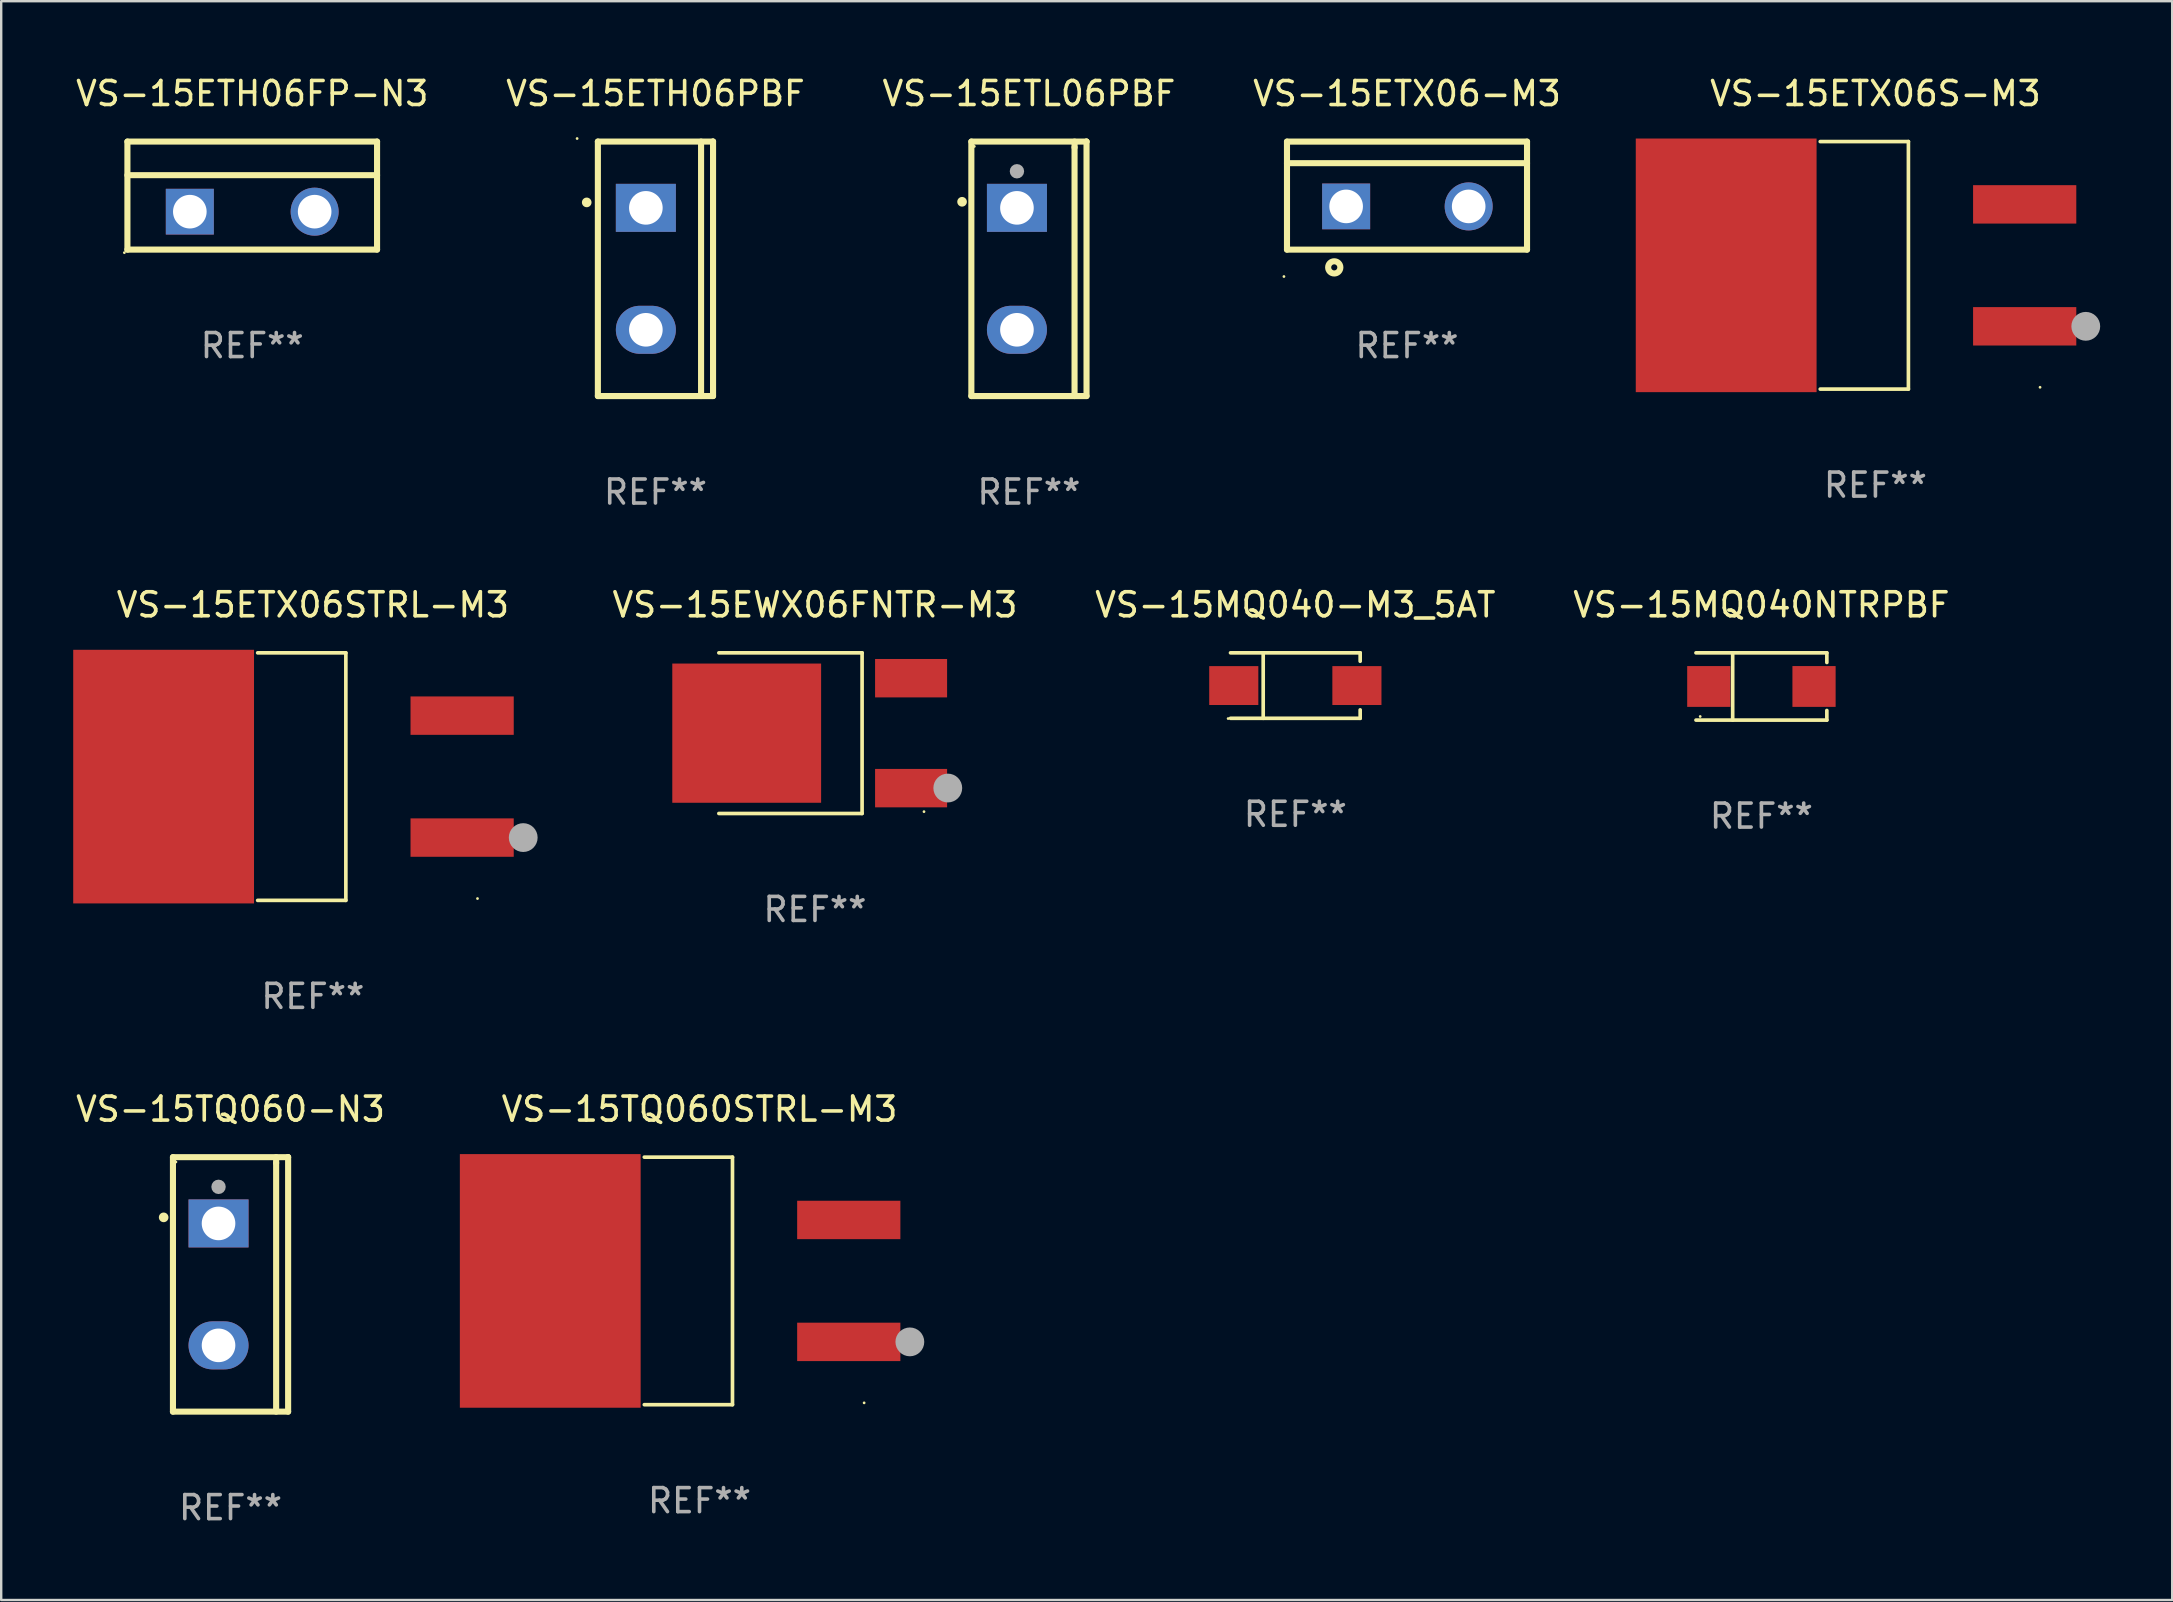
<source format=kicad_pcb>
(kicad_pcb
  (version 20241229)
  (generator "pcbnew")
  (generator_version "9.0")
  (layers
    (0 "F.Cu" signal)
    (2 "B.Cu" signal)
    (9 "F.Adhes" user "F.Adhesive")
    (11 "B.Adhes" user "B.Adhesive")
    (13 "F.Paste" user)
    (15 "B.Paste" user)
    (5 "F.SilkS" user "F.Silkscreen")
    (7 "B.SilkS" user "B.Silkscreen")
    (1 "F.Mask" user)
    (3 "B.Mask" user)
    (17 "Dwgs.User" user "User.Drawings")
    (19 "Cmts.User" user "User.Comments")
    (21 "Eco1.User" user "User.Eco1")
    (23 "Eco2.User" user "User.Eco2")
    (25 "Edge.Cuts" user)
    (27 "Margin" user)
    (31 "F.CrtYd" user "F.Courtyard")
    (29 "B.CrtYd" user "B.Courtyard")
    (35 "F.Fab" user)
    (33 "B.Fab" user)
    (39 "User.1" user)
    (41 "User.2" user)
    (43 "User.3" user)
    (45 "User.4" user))
  (footprint "VS-15ETL06PBF"
    (layer "F.Cu")
    (at 39.815 8.149)
    (property "Reference" "VS-15ETL06PBF" (at 0 -7.301 0) (layer "F.SilkS") (effects (font (size 1 1) (thickness 0.15))))
    (attr through_hole)
    (fp_line (start -2.399 -5.301) (end 2.394 -5.301) (stroke (width 0.254) (type solid)) (layer "F.SilkS"))
    (fp_line (start -2.399 5.301) (end -2.399 -5.301) (stroke (width 0.254) (type solid)) (layer "F.SilkS"))
    (fp_line (start 1.9 -5.061) (end 1.9 -5.3) (stroke (width 0.254) (type solid)) (layer "F.SilkS"))
    (fp_line (start 1.9 5.3) (end 1.9 -5.061) (stroke (width 0.254) (type solid)) (layer "F.SilkS"))
    (fp_line (start 2.394 -5.301) (end 2.399 -5.301) (stroke (width 0.254) (type solid)) (layer "F.SilkS"))
    (fp_line (start 2.399 -5.301) (end 2.399 5.301) (stroke (width 0.254) (type solid)) (layer "F.SilkS"))
    (fp_line (start 2.399 5.301) (end -2.399 5.301) (stroke (width 0.254) (type solid)) (layer "F.SilkS"))
    (fp_arc (start -2.786043 -2.791466) (mid -2.786047 -2.792736) (end -2.786043 -2.794006) (stroke (width 0.4) (type solid)) (layer "F.SilkS"))
    (fp_circle (center -2.275 -5.1) (end -2.245 -5.1) (stroke (width 0.06) (type solid)) (fill no) (layer "F.SilkS"))
    (fp_circle (center -0.5 -4.064) (end -0.35 -4.064) (stroke (width 0.3) (type solid)) (fill no) (layer "F.Fab"))
    (fp_text user "REF**" (at 0 9.301 0) (layer "F.Fab") (effects (font (size 1 1) (thickness 0.15))))
    (pad "1" thru_hole rect (at -0.5 -2.54 270) (size 2 2.5) (drill 1.4) (layers "*.Cu" "*.Mask"))
    (pad "3" thru_hole oval (at -0.5 2.54 270) (size 2 2.5) (drill 1.4) (layers "*.Cu" "*.Mask")))
  (footprint "VS-15EWX06FNTR-M3"
    (layer "F.Cu")
    (at 30.901 27.493)
    (property "Reference" "VS-15EWX06FNTR-M3" (at 0 -5.346 0) (layer "F.SilkS") (effects (font (size 1 1) (thickness 0.15))))
    (attr through_hole)
    (fp_line (start -4.004 -3.346) (end 1.963 -3.346) (stroke (width 0.152) (type solid)) (layer "F.SilkS"))
    (fp_line (start -4.004 3.346) (end 1.963 3.346) (stroke (width 0.152) (type solid)) (layer "F.SilkS"))
    (fp_line (start 1.963 3.346) (end 1.963 -3.346) (stroke (width 0.152) (type solid)) (layer "F.SilkS"))
    (fp_circle (center 4.542 3.27) (end 4.572 3.27) (stroke (width 0.06) (type solid)) (fill no) (layer "F.SilkS"))
    (fp_circle (center 5.533 2.286) (end 5.833 2.286) (stroke (width 0.6) (type solid)) (fill no) (layer "F.Fab"))
    (fp_text user "REF**" (at 0 7.346 0) (layer "F.Fab") (effects (font (size 1 1) (thickness 0.15))))
    (pad "1" smd rect (at 4.004 2.29) (size 3 1.6) (layers "F.Cu" "F.Mask" "F.Paste"))
    (pad "2" smd rect (at -2.844 0) (size 6.2 5.8) (layers "F.Cu" "F.Mask" "F.Paste"))
    (pad "3" smd rect (at 4.004 -2.29) (size 3 1.6) (layers "F.Cu" "F.Mask" "F.Paste")))
  (footprint "VS-15ETH06FP-N3"
    (layer "F.Cu")
    (at 7.458 5.098)
    (property "Reference" "VS-15ETH06FP-N3" (at 0 -4.25 0) (layer "F.SilkS") (effects (font (size 1 1) (thickness 0.15))))
    (attr through_hole)
    (fp_line (start -5.2 -2.25) (end 5.2 -2.25) (stroke (width 0.254) (type solid)) (layer "F.SilkS"))
    (fp_line (start -5.2 -0.85) (end 5.2 -0.85) (stroke (width 0.254) (type solid)) (layer "F.SilkS"))
    (fp_line (start -5.2 2.25) (end -5.2 -2.25) (stroke (width 0.254) (type solid)) (layer "F.SilkS"))
    (fp_line (start -5.2 2.25) (end 5.2 2.25) (stroke (width 0.254) (type solid)) (layer "F.SilkS"))
    (fp_line (start 5.2 2.25) (end 5.2 -2.25) (stroke (width 0.254) (type solid)) (layer "F.SilkS"))
    (fp_circle (center -5.327 2.377) (end -5.297 2.377) (stroke (width 0.06) (type solid)) (fill no) (layer "F.SilkS"))
    (fp_text user "REF**" (at 0 6.25 0) (layer "F.Fab") (effects (font (size 1 1) (thickness 0.15))))
    (pad "1" thru_hole rect (at -2.6 0.67 90) (size 1.905 2) (drill 1.4) (layers "*.Cu" "*.Mask"))
    (pad "3" thru_hole circle (at 2.6 0.67) (size 2 2) (drill 1.4) (layers "*.Cu" "*.Mask")))
  (footprint "VS-15TQ060-N3"
    (layer "F.Cu")
    (at 6.554 50.457)
    (property "Reference" "VS-15TQ060-N3" (at 0 -7.301 0) (layer "F.SilkS") (effects (font (size 1 1) (thickness 0.15))))
    (attr through_hole)
    (fp_line (start -2.399 -5.301) (end 2.394 -5.301) (stroke (width 0.254) (type solid)) (layer "F.SilkS"))
    (fp_line (start -2.399 5.301) (end -2.399 -5.301) (stroke (width 0.254) (type solid)) (layer "F.SilkS"))
    (fp_line (start 1.9 -5.061) (end 1.9 -5.3) (stroke (width 0.254) (type solid)) (layer "F.SilkS"))
    (fp_line (start 1.9 5.3) (end 1.9 -5.061) (stroke (width 0.254) (type solid)) (layer "F.SilkS"))
    (fp_line (start 2.394 -5.301) (end 2.399 -5.301) (stroke (width 0.254) (type solid)) (layer "F.SilkS"))
    (fp_line (start 2.399 -5.301) (end 2.399 5.301) (stroke (width 0.254) (type solid)) (layer "F.SilkS"))
    (fp_line (start 2.399 5.301) (end -2.399 5.301) (stroke (width 0.254) (type solid)) (layer "F.SilkS"))
    (fp_arc (start -2.786043 -2.791466) (mid -2.786047 -2.792736) (end -2.786043 -2.794006) (stroke (width 0.4) (type solid)) (layer "F.SilkS"))
    (fp_circle (center -2.275 -5.1) (end -2.245 -5.1) (stroke (width 0.06) (type solid)) (fill no) (layer "F.SilkS"))
    (fp_circle (center -0.5 -4.064) (end -0.35 -4.064) (stroke (width 0.3) (type solid)) (fill no) (layer "F.Fab"))
    (fp_text user "REF**" (at 0 9.301 0) (layer "F.Fab") (effects (font (size 1 1) (thickness 0.15))))
    (pad "1" thru_hole rect (at -0.5 -2.54 270) (size 2 2.5) (drill 1.4) (layers "*.Cu" "*.Mask"))
    (pad "3" thru_hole oval (at -0.5 2.54 270) (size 2 2.5) (drill 1.4) (layers "*.Cu" "*.Mask")))
  (footprint "VS-15MQ040NTRPBF"
    (layer "F.Cu")
    (at 70.329 25.548)
    (property "Reference" "VS-15MQ040NTRPBF" (at 0 -3.401 0) (layer "F.SilkS") (effects (font (size 1 1) (thickness 0.15))))
    (attr through_hole)
    (fp_line (start -2.726 -1.401) (end 2.726 -1.401) (stroke (width 0.152) (type solid)) (layer "F.SilkS"))
    (fp_line (start -2.726 1.401) (end 2.726 1.401) (stroke (width 0.152) (type solid)) (layer "F.SilkS"))
    (fp_line (start -1.197 -1.401) (end -1.197 1.401) (stroke (width 0.152) (type solid)) (layer "F.SilkS"))
    (fp_line (start 2.726 -1.401) (end 2.726 -1) (stroke (width 0.152) (type solid)) (layer "F.SilkS"))
    (fp_line (start 2.726 1.401) (end 2.726 1) (stroke (width 0.152) (type solid)) (layer "F.SilkS"))
    (fp_circle (center -2.55 1.25) (end -2.52 1.25) (stroke (width 0.06) (type solid)) (fill no) (layer "F.SilkS"))
    (fp_text user "REF**" (at 0 5.401 0) (layer "F.Fab") (effects (font (size 1 1) (thickness 0.15))))
    (pad "1" smd rect (at -2.192 0) (size 1.8 1.7) (layers "F.Cu" "F.Mask" "F.Paste"))
    (pad "2" smd rect (at 2.192 0) (size 1.8 1.7) (layers "F.Cu" "F.Mask" "F.Paste")))
  (footprint "VS-15ETX06-M3"
    (layer "F.Cu")
    (at 55.565 5.099)
    (property "Reference" "VS-15ETX06-M3" (at 0 -4.25 0) (layer "F.SilkS") (effects (font (size 1 1) (thickness 0.15))))
    (attr through_hole)
    (fp_line (start -5 -2.25) (end 5 -2.25) (stroke (width 0.254) (type solid)) (layer "F.SilkS"))
    (fp_line (start -5 -1.351) (end 5 -1.351) (stroke (width 0.254) (type solid)) (layer "F.SilkS"))
    (fp_line (start -5 2.25) (end -5 -2.25) (stroke (width 0.254) (type solid)) (layer "F.SilkS"))
    (fp_line (start -5 2.25) (end 5 2.25) (stroke (width 0.254) (type solid)) (layer "F.SilkS"))
    (fp_line (start 5 2.25) (end 5 -2.25) (stroke (width 0.254) (type solid)) (layer "F.SilkS"))
    (fp_circle (center -5.127 3.371) (end -5.097 3.371) (stroke (width 0.06) (type solid)) (fill no) (layer "F.SilkS"))
    (fp_circle (center -3.031 2.99) (end -2.777 2.99) (stroke (width 0.254) (type solid)) (fill no) (layer "F.SilkS"))
    (fp_text user "REF**" (at 0 6.25 0) (layer "F.Fab") (effects (font (size 1 1) (thickness 0.15))))
    (pad "1" thru_hole rect (at -2.536 0.45 90) (size 1.905 2) (drill 1.4) (layers "*.Cu" "*.Mask"))
    (pad "3" thru_hole circle (at 2.569 0.45) (size 2 2) (drill 1.4) (layers "*.Cu" "*.Mask")))
  (footprint "VS-15ETH06PBF"
    (layer "F.Cu")
    (at 24.256 8.149)
    (property "Reference" "VS-15ETH06PBF" (at 0 -7.301 0) (layer "F.SilkS") (effects (font (size 1 1) (thickness 0.15))))
    (attr through_hole)
    (fp_line (start -2.399 -5.301) (end 2.394 -5.301) (stroke (width 0.254) (type solid)) (layer "F.SilkS"))
    (fp_line (start -2.399 5.301) (end -2.399 -5.301) (stroke (width 0.254) (type solid)) (layer "F.SilkS"))
    (fp_line (start 1.9 5.3) (end 1.9 -5.3) (stroke (width 0.254) (type solid)) (layer "F.SilkS"))
    (fp_line (start 2.394 -5.301) (end 2.399 -5.301) (stroke (width 0.254) (type solid)) (layer "F.SilkS"))
    (fp_line (start 2.399 -5.301) (end 2.399 5.301) (stroke (width 0.254) (type solid)) (layer "F.SilkS"))
    (fp_line (start 2.399 5.301) (end -2.399 5.301) (stroke (width 0.254) (type solid)) (layer "F.SilkS"))
    (fp_arc (start -2.863843 -2.766066) (mid -2.863847 -2.767336) (end -2.863843 -2.768606) (stroke (width 0.4) (type solid)) (layer "F.SilkS"))
    (fp_circle (center -3.264 -5.428) (end -3.234 -5.428) (stroke (width 0.06) (type solid)) (fill no) (layer "F.SilkS"))
    (fp_text user "REF**" (at 0 9.301 0) (layer "F.Fab") (effects (font (size 1 1) (thickness 0.15))))
    (pad "1" thru_hole rect (at -0.4 -2.54 270) (size 2 2.5) (drill 1.4) (layers "*.Cu" "*.Mask"))
    (pad "2" thru_hole oval (at -0.4 2.54 270) (size 2 2.5) (drill 1.4) (layers "*.Cu" "*.Mask")))
  (footprint "VS-15ETX06STRL-M3"
    (layer "F.Cu")
    (at 9.984 29.303)
    (property "Reference" "VS-15ETX06STRL-M3" (at 0 -7.156 0) (layer "F.SilkS") (effects (font (size 1 1) (thickness 0.15))))
    (attr through_hole)
    (fp_line (start -2.3 -5.156) (end 1.374 -5.156) (stroke (width 0.152) (type solid)) (layer "F.SilkS"))
    (fp_line (start -2.3 5.156) (end 1.374 5.156) (stroke (width 0.152) (type solid)) (layer "F.SilkS"))
    (fp_line (start 1.374 5.156) (end 1.374 -5.156) (stroke (width 0.152) (type solid)) (layer "F.SilkS"))
    (fp_circle (center 6.858 5.08) (end 6.888 5.08) (stroke (width 0.06) (type solid)) (fill no) (layer "F.SilkS"))
    (fp_circle (center 8.763 2.54) (end 9.063 2.54) (stroke (width 0.6) (type solid)) (fill no) (layer "F.Fab"))
    (fp_text user "REF**" (at 0 9.156 0) (layer "F.Fab") (effects (font (size 1 1) (thickness 0.15))))
    (pad "1" smd rect (at 6.218 2.54 180) (size 4.3 1.6) (layers "F.Cu" "F.Mask" "F.Paste"))
    (pad "2" smd rect (at -6.218 0 180) (size 7.532 10.566) (layers "F.Cu" "F.Mask" "F.Paste"))
    (pad "3" smd rect (at 6.218 -2.54 180) (size 4.3 1.6) (layers "F.Cu" "F.Mask" "F.Paste")))
  (footprint "VS-15ETX06S-M3"
    (layer "F.Cu")
    (at 75.079 8.004)
    (property "Reference" "VS-15ETX06S-M3" (at 0 -7.156 0) (layer "F.SilkS") (effects (font (size 1 1) (thickness 0.15))))
    (attr through_hole)
    (fp_line (start -2.3 -5.156) (end 1.374 -5.156) (stroke (width 0.152) (type solid)) (layer "F.SilkS"))
    (fp_line (start -2.3 5.156) (end 1.374 5.156) (stroke (width 0.152) (type solid)) (layer "F.SilkS"))
    (fp_line (start 1.374 5.156) (end 1.374 -5.156) (stroke (width 0.152) (type solid)) (layer "F.SilkS"))
    (fp_circle (center 6.858 5.08) (end 6.888 5.08) (stroke (width 0.06) (type solid)) (fill no) (layer "F.SilkS"))
    (fp_circle (center 8.763 2.54) (end 9.063 2.54) (stroke (width 0.6) (type solid)) (fill no) (layer "F.Fab"))
    (fp_text user "REF**" (at 0 9.156 0) (layer "F.Fab") (effects (font (size 1 1) (thickness 0.15))))
    (pad "1" smd rect (at 6.218 2.54 180) (size 4.3 1.6) (layers "F.Cu" "F.Mask" "F.Paste"))
    (pad "2" smd rect (at -6.218 0 180) (size 7.532 10.566) (layers "F.Cu" "F.Mask" "F.Paste"))
    (pad "3" smd rect (at 6.218 -2.54 180) (size 4.3 1.6) (layers "F.Cu" "F.Mask" "F.Paste")))
  (footprint "VS-15TQ060STRL-M3"
    (layer "F.Cu")
    (at 26.091 50.312)
    (property "Reference" "VS-15TQ060STRL-M3" (at 0 -7.156 0) (layer "F.SilkS") (effects (font (size 1 1) (thickness 0.15))))
    (attr through_hole)
    (fp_line (start -2.3 -5.156) (end 1.374 -5.156) (stroke (width 0.152) (type solid)) (layer "F.SilkS"))
    (fp_line (start -2.3 5.156) (end 1.374 5.156) (stroke (width 0.152) (type solid)) (layer "F.SilkS"))
    (fp_line (start 1.374 5.156) (end 1.374 -5.156) (stroke (width 0.152) (type solid)) (layer "F.SilkS"))
    (fp_circle (center 6.858 5.08) (end 6.888 5.08) (stroke (width 0.06) (type solid)) (fill no) (layer "F.SilkS"))
    (fp_circle (center 8.763 2.54) (end 9.063 2.54) (stroke (width 0.6) (type solid)) (fill no) (layer "F.Fab"))
    (fp_text user "REF**" (at 0 9.156 0) (layer "F.Fab") (effects (font (size 1 1) (thickness 0.15))))
    (pad "1" smd rect (at 6.218 2.54 180) (size 4.3 1.6) (layers "F.Cu" "F.Mask" "F.Paste"))
    (pad "2" smd rect (at -6.218 0 180) (size 7.532 10.566) (layers "F.Cu" "F.Mask" "F.Paste"))
    (pad "3" smd rect (at 6.218 -2.54 180) (size 4.3 1.6) (layers "F.Cu" "F.Mask" "F.Paste")))
  (footprint "VS-15MQ040-M3_5AT"
    (layer "F.Cu")
    (at 50.913 25.51)
    (property "Reference" "VS-15MQ040-M3_5AT" (at 0 -3.364 0) (layer "F.SilkS") (effects (font (size 1 1) (thickness 0.15))))
    (attr through_hole)
    (fp_line (start -2.701 -1.364) (end 2.701 -1.364) (stroke (width 0.152) (type solid)) (layer "F.SilkS"))
    (fp_line (start -2.701 1.364) (end 2.701 1.364) (stroke (width 0.152) (type solid)) (layer "F.SilkS"))
    (fp_line (start -1.339 -1.364) (end -1.339 1.364) (stroke (width 0.152) (type solid)) (layer "F.SilkS"))
    (fp_line (start 2.701 -1.364) (end 2.701 -1.013) (stroke (width 0.152) (type solid)) (layer "F.SilkS"))
    (fp_line (start 2.701 1.364) (end 2.701 1.013) (stroke (width 0.152) (type solid)) (layer "F.SilkS"))
    (fp_circle (center -2.8 1.375) (end -2.77 1.375) (stroke (width 0.06) (type solid)) (fill no) (layer "F.SilkS"))
    (fp_text user "REF**" (at 0 5.364 0) (layer "F.Fab") (effects (font (size 1 1) (thickness 0.15))))
    (pad "1" smd rect (at -2.565 -0.000025) (size 2.046 1.62) (layers "F.Cu" "F.Mask" "F.Paste"))
    (pad "2" smd rect (at 2.565 -0.000025) (size 2.046 1.62) (layers "F.Cu" "F.Mask" "F.Paste")))
  (gr_rect
    (start -3 -3)
    (end 87.442 63.606)
    (stroke (width 0.1) (type default))
    (fill no)
    (layer "Edge.Cuts")))
</source>
